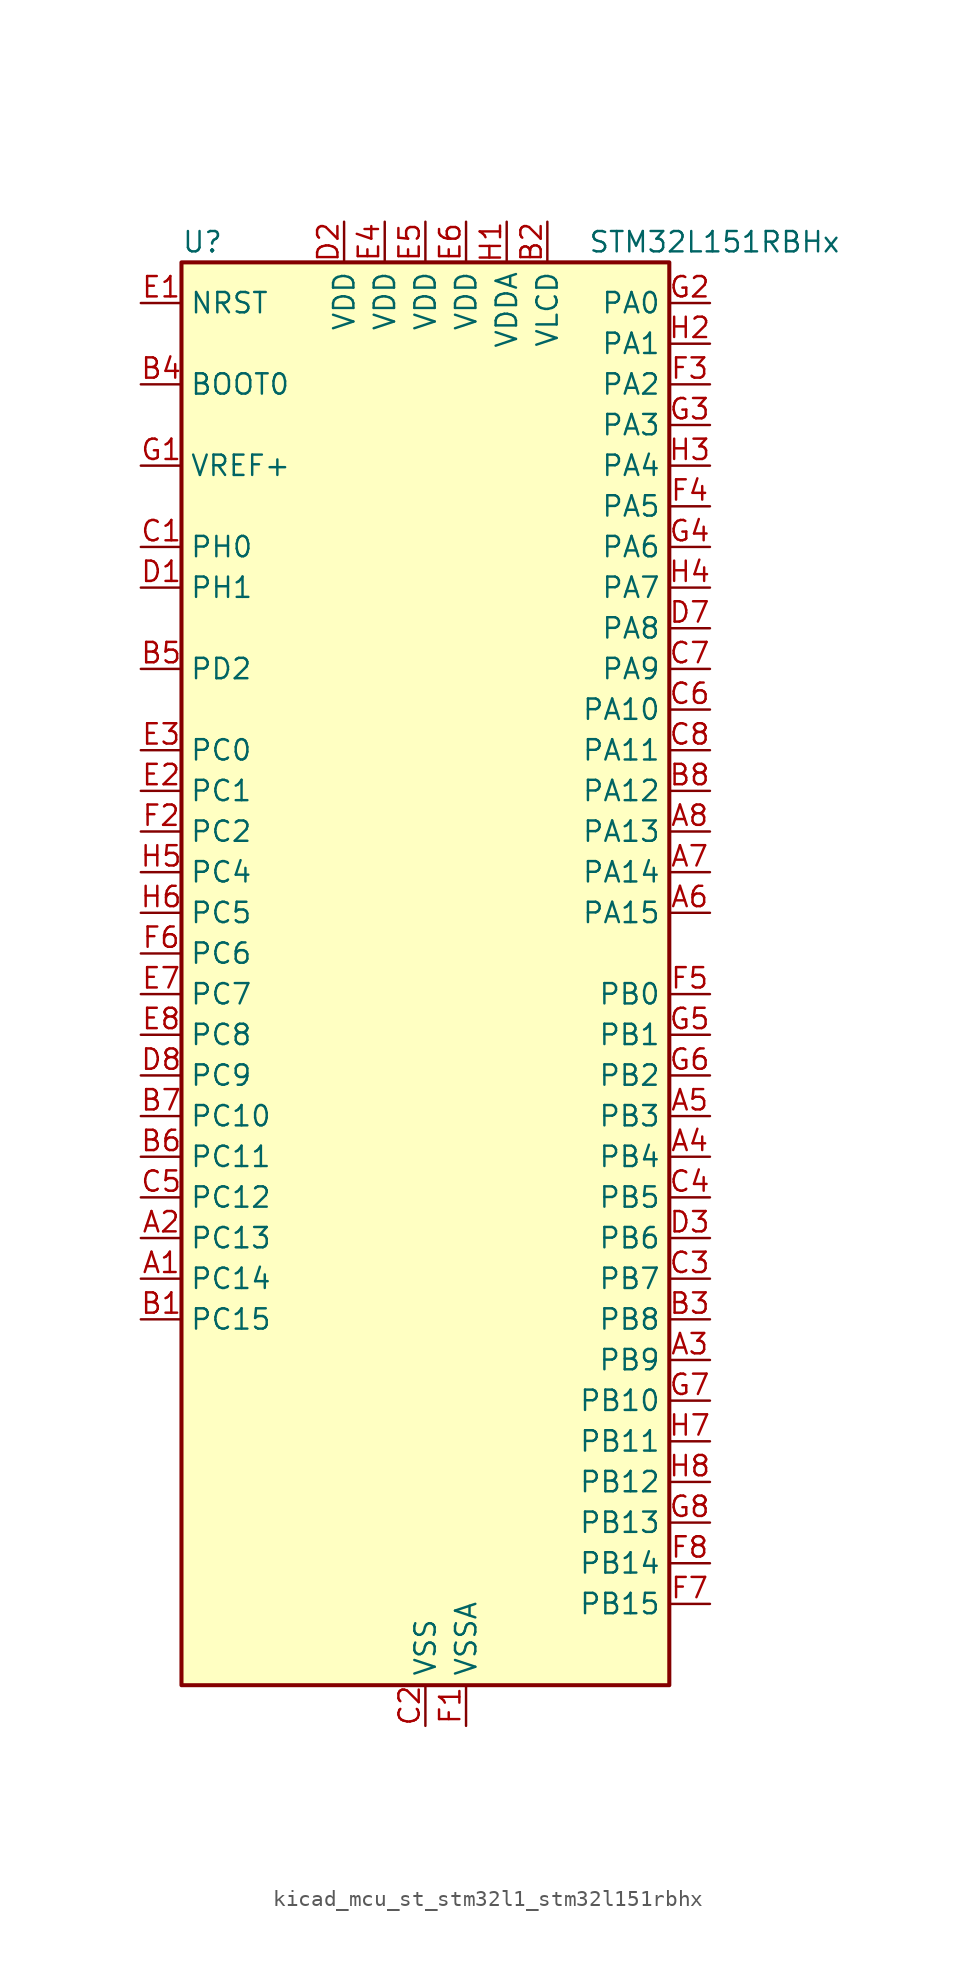
<source format=kicad_sym>
(kicad_symbol_lib
  (version 20220914)
  (generator kicad_symbol_editor)
  (symbol "kicad_mcu_st_stm32l1_stm32l151rbhx"
    (property "Reference" "U"
      (at -15.24 46.99 0)
      (effects (font (size 1.27 1.27)) (justify left)))
    (property "Value" "STM32L151RBHx"
      (at 10.16 46.99 0)
      (effects (font (size 1.27 1.27)) (justify left)))
    (property "ki_locked" ""
      (at 0 0 0)
      (effects (font (size 1.27 1.27))))
    (symbol "kicad_mcu_st_stm32l1_stm32l151rbhx_0_1"
      (rectangle (start -15.24 -43.18) (end 15.24 45.72) (stroke (width 0.254) (type default)) (fill (type background))))
    (symbol "kicad_mcu_st_stm32l1_stm32l151rbhx_1_1"
      (pin bidirectional line (at -17.78 -17.78 0) (length 2.54) (name "PC14" (effects (font (size 1.27 1.27)))) (number "A1" (effects (font (size 1.27 1.27)))) (alternate "RCC_OSC32_IN" bidirectional line) (alternate "TIMX_IC3" bidirectional line))
      (pin bidirectional line (at -17.78 -15.24 0) (length 2.54) (name "PC13" (effects (font (size 1.27 1.27)))) (number "A2" (effects (font (size 1.27 1.27)))) (alternate "RTC_OUT_ALARM" bidirectional line) (alternate "RTC_OUT_CALIB" bidirectional line) (alternate "RTC_TAMP1" bidirectional line) (alternate "RTC_TS" bidirectional line) (alternate "SYS_WKUP2" bidirectional line) (alternate "TIMX_IC2" bidirectional line))
      (pin bidirectional line (at 17.78 -22.86 180) (length 2.54) (name "PB9" (effects (font (size 1.27 1.27)))) (number "A3" (effects (font (size 1.27 1.27)))) (alternate "DAC_EXTI9" bidirectional line) (alternate "I2C1_SDA" bidirectional line) (alternate "TIM11_CH1" bidirectional line) (alternate "TIM4_CH4" bidirectional line))
      (pin bidirectional line (at 17.78 -10.16 180) (length 2.54) (name "PB4" (effects (font (size 1.27 1.27)))) (number "A4" (effects (font (size 1.27 1.27)))) (alternate "COMP2_INP" bidirectional line) (alternate "SPI1_MISO" bidirectional line) (alternate "SYS_JTRST" bidirectional line) (alternate "TIM3_CH1" bidirectional line) (alternate "TS_G6_IO1" bidirectional line))
      (pin bidirectional line (at 17.78 -7.62 180) (length 2.54) (name "PB3" (effects (font (size 1.27 1.27)))) (number "A5" (effects (font (size 1.27 1.27)))) (alternate "COMP2_INM" bidirectional line) (alternate "SPI1_SCK" bidirectional line) (alternate "SYS_JTDO-TRACESWO" bidirectional line) (alternate "TIM2_CH2" bidirectional line))
      (pin bidirectional line (at 17.78 5.08 180) (length 2.54) (name "PA15" (effects (font (size 1.27 1.27)))) (number "A6" (effects (font (size 1.27 1.27)))) (alternate "ADC_EXTI15" bidirectional line) (alternate "SPI1_NSS" bidirectional line) (alternate "SYS_JTDI" bidirectional line) (alternate "TIM2_CH1" bidirectional line) (alternate "TIM2_ETR" bidirectional line) (alternate "TIMX_IC4" bidirectional line) (alternate "TS_G5_IO3" bidirectional line))
      (pin bidirectional line (at 17.78 7.62 180) (length 2.54) (name "PA14" (effects (font (size 1.27 1.27)))) (number "A7" (effects (font (size 1.27 1.27)))) (alternate "SYS_JTCK-SWCLK" bidirectional line) (alternate "TIMX_IC3" bidirectional line) (alternate "TS_G5_IO2" bidirectional line))
      (pin bidirectional line (at 17.78 10.16 180) (length 2.54) (name "PA13" (effects (font (size 1.27 1.27)))) (number "A8" (effects (font (size 1.27 1.27)))) (alternate "SYS_JTMS-SWDIO" bidirectional line) (alternate "TIMX_IC2" bidirectional line) (alternate "TS_G5_IO1" bidirectional line))
      (pin bidirectional line (at -17.78 -20.32 0) (length 2.54) (name "PC15" (effects (font (size 1.27 1.27)))) (number "B1" (effects (font (size 1.27 1.27)))) (alternate "ADC_EXTI15" bidirectional line) (alternate "RCC_OSC32_OUT" bidirectional line) (alternate "TIMX_IC4" bidirectional line))
      (pin power_in line (at 7.62 48.26 270) (length 2.54) (name "VLCD" (effects (font (size 1.27 1.27)))) (number "B2" (effects (font (size 1.27 1.27)))))
      (pin bidirectional line (at 17.78 -20.32 180) (length 2.54) (name "PB8" (effects (font (size 1.27 1.27)))) (number "B3" (effects (font (size 1.27 1.27)))) (alternate "I2C1_SCL" bidirectional line) (alternate "TIM10_CH1" bidirectional line) (alternate "TIM4_CH3" bidirectional line))
      (pin input line (at -17.78 38.1 0) (length 2.54) (name "BOOT0" (effects (font (size 1.27 1.27)))) (number "B4" (effects (font (size 1.27 1.27)))))
      (pin bidirectional line (at -17.78 20.32 0) (length 2.54) (name "PD2" (effects (font (size 1.27 1.27)))) (number "B5" (effects (font (size 1.27 1.27)))) (alternate "TIM3_ETR" bidirectional line) (alternate "TIMX_IC3" bidirectional line))
      (pin bidirectional line (at -17.78 -10.16 0) (length 2.54) (name "PC11" (effects (font (size 1.27 1.27)))) (number "B6" (effects (font (size 1.27 1.27)))) (alternate "ADC_EXTI11" bidirectional line) (alternate "TIMX_IC4" bidirectional line) (alternate "USART3_RX" bidirectional line))
      (pin bidirectional line (at -17.78 -7.62 0) (length 2.54) (name "PC10" (effects (font (size 1.27 1.27)))) (number "B7" (effects (font (size 1.27 1.27)))) (alternate "TIMX_IC3" bidirectional line) (alternate "USART3_TX" bidirectional line))
      (pin bidirectional line (at 17.78 12.7 180) (length 2.54) (name "PA12" (effects (font (size 1.27 1.27)))) (number "B8" (effects (font (size 1.27 1.27)))) (alternate "SPI1_MOSI" bidirectional line) (alternate "TIMX_IC1" bidirectional line) (alternate "USART1_RTS" bidirectional line) (alternate "USB_DP" bidirectional line))
      (pin bidirectional line (at -17.78 27.94 0) (length 2.54) (name "PH0" (effects (font (size 1.27 1.27)))) (number "C1" (effects (font (size 1.27 1.27)))) (alternate "RCC_OSC_IN" bidirectional line))
      (pin power_in line (at 0 -45.72 90) (length 2.54) (name "VSS" (effects (font (size 1.27 1.27)))) (number "C2" (effects (font (size 1.27 1.27)))))
      (pin bidirectional line (at 17.78 -17.78 180) (length 2.54) (name "PB7" (effects (font (size 1.27 1.27)))) (number "C3" (effects (font (size 1.27 1.27)))) (alternate "I2C1_SDA" bidirectional line) (alternate "SYS_PVD_IN" bidirectional line) (alternate "TIM4_CH2" bidirectional line) (alternate "USART1_RX" bidirectional line))
      (pin bidirectional line (at 17.78 -12.7 180) (length 2.54) (name "PB5" (effects (font (size 1.27 1.27)))) (number "C4" (effects (font (size 1.27 1.27)))) (alternate "COMP2_INP" bidirectional line) (alternate "I2C1_SMBA" bidirectional line) (alternate "SPI1_MOSI" bidirectional line) (alternate "TIM3_CH2" bidirectional line) (alternate "TS_G6_IO2" bidirectional line))
      (pin bidirectional line (at -17.78 -12.7 0) (length 2.54) (name "PC12" (effects (font (size 1.27 1.27)))) (number "C5" (effects (font (size 1.27 1.27)))) (alternate "TIMX_IC1" bidirectional line) (alternate "USART3_CK" bidirectional line))
      (pin bidirectional line (at 17.78 17.78 180) (length 2.54) (name "PA10" (effects (font (size 1.27 1.27)))) (number "C6" (effects (font (size 1.27 1.27)))) (alternate "TIMX_IC3" bidirectional line) (alternate "TS_G4_IO3" bidirectional line) (alternate "USART1_RX" bidirectional line))
      (pin bidirectional line (at 17.78 20.32 180) (length 2.54) (name "PA9" (effects (font (size 1.27 1.27)))) (number "C7" (effects (font (size 1.27 1.27)))) (alternate "DAC_EXTI9" bidirectional line) (alternate "TIMX_IC2" bidirectional line) (alternate "TS_G4_IO2" bidirectional line) (alternate "USART1_TX" bidirectional line))
      (pin bidirectional line (at 17.78 15.24 180) (length 2.54) (name "PA11" (effects (font (size 1.27 1.27)))) (number "C8" (effects (font (size 1.27 1.27)))) (alternate "ADC_EXTI11" bidirectional line) (alternate "SPI1_MISO" bidirectional line) (alternate "TIMX_IC4" bidirectional line) (alternate "USART1_CTS" bidirectional line) (alternate "USB_DM" bidirectional line))
      (pin bidirectional line (at -17.78 25.4 0) (length 2.54) (name "PH1" (effects (font (size 1.27 1.27)))) (number "D1" (effects (font (size 1.27 1.27)))) (alternate "RCC_OSC_OUT" bidirectional line))
      (pin power_in line (at -5.08 48.26 270) (length 2.54) (name "VDD" (effects (font (size 1.27 1.27)))) (number "D2" (effects (font (size 1.27 1.27)))))
      (pin bidirectional line (at 17.78 -15.24 180) (length 2.54) (name "PB6" (effects (font (size 1.27 1.27)))) (number "D3" (effects (font (size 1.27 1.27)))) (alternate "I2C1_SCL" bidirectional line) (alternate "TIM4_CH1" bidirectional line) (alternate "USART1_TX" bidirectional line))
      (pin passive line (at 0 -45.72 90) (length 2.54) hide (name "VSS" (effects (font (size 1.27 1.27)))) (number "D4" (effects (font (size 1.27 1.27)))))
      (pin passive line (at 0 -45.72 90) (length 2.54) hide (name "VSS" (effects (font (size 1.27 1.27)))) (number "D5" (effects (font (size 1.27 1.27)))))
      (pin passive line (at 0 -45.72 90) (length 2.54) hide (name "VSS" (effects (font (size 1.27 1.27)))) (number "D6" (effects (font (size 1.27 1.27)))))
      (pin bidirectional line (at 17.78 22.86 180) (length 2.54) (name "PA8" (effects (font (size 1.27 1.27)))) (number "D7" (effects (font (size 1.27 1.27)))) (alternate "RCC_MCO" bidirectional line) (alternate "TIMX_IC1" bidirectional line) (alternate "TS_G4_IO1" bidirectional line) (alternate "USART1_CK" bidirectional line))
      (pin bidirectional line (at -17.78 -5.08 0) (length 2.54) (name "PC9" (effects (font (size 1.27 1.27)))) (number "D8" (effects (font (size 1.27 1.27)))) (alternate "DAC_EXTI9" bidirectional line) (alternate "TIM3_CH4" bidirectional line) (alternate "TIMX_IC2" bidirectional line) (alternate "TS_G10_IO4" bidirectional line))
      (pin input line (at -17.78 43.18 0) (length 2.54) (name "NRST" (effects (font (size 1.27 1.27)))) (number "E1" (effects (font (size 1.27 1.27)))))
      (pin bidirectional line (at -17.78 12.7 0) (length 2.54) (name "PC1" (effects (font (size 1.27 1.27)))) (number "E2" (effects (font (size 1.27 1.27)))) (alternate "ADC_IN11" bidirectional line) (alternate "COMP1_INP" bidirectional line) (alternate "TIMX_IC2" bidirectional line) (alternate "TS_G8_IO2" bidirectional line))
      (pin bidirectional line (at -17.78 15.24 0) (length 2.54) (name "PC0" (effects (font (size 1.27 1.27)))) (number "E3" (effects (font (size 1.27 1.27)))) (alternate "ADC_IN10" bidirectional line) (alternate "COMP1_INP" bidirectional line) (alternate "TIMX_IC1" bidirectional line) (alternate "TS_G8_IO1" bidirectional line))
      (pin power_in line (at -2.54 48.26 270) (length 2.54) (name "VDD" (effects (font (size 1.27 1.27)))) (number "E4" (effects (font (size 1.27 1.27)))))
      (pin power_in line (at 0 48.26 270) (length 2.54) (name "VDD" (effects (font (size 1.27 1.27)))) (number "E5" (effects (font (size 1.27 1.27)))))
      (pin power_in line (at 2.54 48.26 270) (length 2.54) (name "VDD" (effects (font (size 1.27 1.27)))) (number "E6" (effects (font (size 1.27 1.27)))))
      (pin bidirectional line (at -17.78 0 0) (length 2.54) (name "PC7" (effects (font (size 1.27 1.27)))) (number "E7" (effects (font (size 1.27 1.27)))) (alternate "TIM3_CH2" bidirectional line) (alternate "TIMX_IC4" bidirectional line) (alternate "TS_G10_IO2" bidirectional line))
      (pin bidirectional line (at -17.78 -2.54 0) (length 2.54) (name "PC8" (effects (font (size 1.27 1.27)))) (number "E8" (effects (font (size 1.27 1.27)))) (alternate "TIM3_CH3" bidirectional line) (alternate "TIMX_IC1" bidirectional line) (alternate "TS_G10_IO3" bidirectional line))
      (pin power_in line (at 2.54 -45.72 90) (length 2.54) (name "VSSA" (effects (font (size 1.27 1.27)))) (number "F1" (effects (font (size 1.27 1.27)))))
      (pin bidirectional line (at -17.78 10.16 0) (length 2.54) (name "PC2" (effects (font (size 1.27 1.27)))) (number "F2" (effects (font (size 1.27 1.27)))) (alternate "ADC_IN12" bidirectional line) (alternate "COMP1_INP" bidirectional line) (alternate "TIMX_IC3" bidirectional line) (alternate "TS_G8_IO3" bidirectional line))
      (pin bidirectional line (at 17.78 38.1 180) (length 2.54) (name "PA2" (effects (font (size 1.27 1.27)))) (number "F3" (effects (font (size 1.27 1.27)))) (alternate "ADC_IN2" bidirectional line) (alternate "COMP1_INP" bidirectional line) (alternate "TIM2_CH3" bidirectional line) (alternate "TIM9_CH1" bidirectional line) (alternate "TIMX_IC3" bidirectional line) (alternate "TS_G1_IO3" bidirectional line) (alternate "USART2_TX" bidirectional line))
      (pin bidirectional line (at 17.78 30.48 180) (length 2.54) (name "PA5" (effects (font (size 1.27 1.27)))) (number "F4" (effects (font (size 1.27 1.27)))) (alternate "ADC_IN5" bidirectional line) (alternate "COMP1_INP" bidirectional line) (alternate "DAC_OUT2" bidirectional line) (alternate "SPI1_SCK" bidirectional line) (alternate "TIM2_CH1" bidirectional line) (alternate "TIM2_ETR" bidirectional line) (alternate "TIMX_IC2" bidirectional line))
      (pin bidirectional line (at 17.78 0 180) (length 2.54) (name "PB0" (effects (font (size 1.27 1.27)))) (number "F5" (effects (font (size 1.27 1.27)))) (alternate "ADC_IN8" bidirectional line) (alternate "COMP1_INP" bidirectional line) (alternate "SYS_V_REF_OUT" bidirectional line) (alternate "TIM3_CH3" bidirectional line) (alternate "TS_G3_IO1" bidirectional line))
      (pin bidirectional line (at -17.78 2.54 0) (length 2.54) (name "PC6" (effects (font (size 1.27 1.27)))) (number "F6" (effects (font (size 1.27 1.27)))) (alternate "TIM3_CH1" bidirectional line) (alternate "TIMX_IC3" bidirectional line) (alternate "TS_G10_IO1" bidirectional line))
      (pin bidirectional line (at 17.78 -38.1 180) (length 2.54) (name "PB15" (effects (font (size 1.27 1.27)))) (number "F7" (effects (font (size 1.27 1.27)))) (alternate "ADC_EXTI15" bidirectional line) (alternate "ADC_IN21" bidirectional line) (alternate "COMP1_INP" bidirectional line) (alternate "RTC_REFIN" bidirectional line) (alternate "SPI2_MOSI" bidirectional line) (alternate "TIM11_CH1" bidirectional line) (alternate "TS_G7_IO4" bidirectional line))
      (pin bidirectional line (at 17.78 -35.56 180) (length 2.54) (name "PB14" (effects (font (size 1.27 1.27)))) (number "F8" (effects (font (size 1.27 1.27)))) (alternate "ADC_IN20" bidirectional line) (alternate "COMP1_INP" bidirectional line) (alternate "SPI2_MISO" bidirectional line) (alternate "TIM9_CH2" bidirectional line) (alternate "TS_G7_IO3" bidirectional line) (alternate "USART3_RTS" bidirectional line))
      (pin input line (at -17.78 33.02 0) (length 2.54) (name "VREF+" (effects (font (size 1.27 1.27)))) (number "G1" (effects (font (size 1.27 1.27)))))
      (pin bidirectional line (at 17.78 43.18 180) (length 2.54) (name "PA0" (effects (font (size 1.27 1.27)))) (number "G2" (effects (font (size 1.27 1.27)))) (alternate "ADC_IN0" bidirectional line) (alternate "COMP1_INP" bidirectional line) (alternate "SYS_WKUP1" bidirectional line) (alternate "TIM2_CH1" bidirectional line) (alternate "TIM2_ETR" bidirectional line) (alternate "TIMX_IC1" bidirectional line) (alternate "TS_G1_IO1" bidirectional line) (alternate "USART2_CTS" bidirectional line))
      (pin bidirectional line (at 17.78 35.56 180) (length 2.54) (name "PA3" (effects (font (size 1.27 1.27)))) (number "G3" (effects (font (size 1.27 1.27)))) (alternate "ADC_IN3" bidirectional line) (alternate "COMP1_INP" bidirectional line) (alternate "TIM2_CH4" bidirectional line) (alternate "TIM9_CH2" bidirectional line) (alternate "TIMX_IC4" bidirectional line) (alternate "TS_G1_IO4" bidirectional line) (alternate "USART2_RX" bidirectional line))
      (pin bidirectional line (at 17.78 27.94 180) (length 2.54) (name "PA6" (effects (font (size 1.27 1.27)))) (number "G4" (effects (font (size 1.27 1.27)))) (alternate "ADC_IN6" bidirectional line) (alternate "COMP1_INP" bidirectional line) (alternate "SPI1_MISO" bidirectional line) (alternate "TIM10_CH1" bidirectional line) (alternate "TIM3_CH1" bidirectional line) (alternate "TIMX_IC3" bidirectional line) (alternate "TS_G2_IO1" bidirectional line))
      (pin bidirectional line (at 17.78 -2.54 180) (length 2.54) (name "PB1" (effects (font (size 1.27 1.27)))) (number "G5" (effects (font (size 1.27 1.27)))) (alternate "ADC_IN9" bidirectional line) (alternate "COMP1_INP" bidirectional line) (alternate "SYS_V_REF_OUT" bidirectional line) (alternate "TIM3_CH4" bidirectional line) (alternate "TS_G3_IO2" bidirectional line))
      (pin bidirectional line (at 17.78 -5.08 180) (length 2.54) (name "PB2" (effects (font (size 1.27 1.27)))) (number "G6" (effects (font (size 1.27 1.27)))))
      (pin bidirectional line (at 17.78 -25.4 180) (length 2.54) (name "PB10" (effects (font (size 1.27 1.27)))) (number "G7" (effects (font (size 1.27 1.27)))) (alternate "I2C2_SCL" bidirectional line) (alternate "TIM2_CH3" bidirectional line) (alternate "USART3_TX" bidirectional line))
      (pin bidirectional line (at 17.78 -33.02 180) (length 2.54) (name "PB13" (effects (font (size 1.27 1.27)))) (number "G8" (effects (font (size 1.27 1.27)))) (alternate "ADC_IN19" bidirectional line) (alternate "COMP1_INP" bidirectional line) (alternate "SPI2_SCK" bidirectional line) (alternate "TIM9_CH1" bidirectional line) (alternate "TS_G7_IO2" bidirectional line) (alternate "USART3_CTS" bidirectional line))
      (pin power_in line (at 5.08 48.26 270) (length 2.54) (name "VDDA" (effects (font (size 1.27 1.27)))) (number "H1" (effects (font (size 1.27 1.27)))))
      (pin bidirectional line (at 17.78 40.64 180) (length 2.54) (name "PA1" (effects (font (size 1.27 1.27)))) (number "H2" (effects (font (size 1.27 1.27)))) (alternate "ADC_IN1" bidirectional line) (alternate "COMP1_INP" bidirectional line) (alternate "TIM2_CH2" bidirectional line) (alternate "TIMX_IC2" bidirectional line) (alternate "TS_G1_IO2" bidirectional line) (alternate "USART2_RTS" bidirectional line))
      (pin bidirectional line (at 17.78 33.02 180) (length 2.54) (name "PA4" (effects (font (size 1.27 1.27)))) (number "H3" (effects (font (size 1.27 1.27)))) (alternate "ADC_IN4" bidirectional line) (alternate "COMP1_INP" bidirectional line) (alternate "DAC_OUT1" bidirectional line) (alternate "SPI1_NSS" bidirectional line) (alternate "TIMX_IC1" bidirectional line) (alternate "USART2_CK" bidirectional line))
      (pin bidirectional line (at 17.78 25.4 180) (length 2.54) (name "PA7" (effects (font (size 1.27 1.27)))) (number "H4" (effects (font (size 1.27 1.27)))) (alternate "ADC_IN7" bidirectional line) (alternate "COMP1_INP" bidirectional line) (alternate "SPI1_MOSI" bidirectional line) (alternate "TIM11_CH1" bidirectional line) (alternate "TIM3_CH2" bidirectional line) (alternate "TIMX_IC4" bidirectional line) (alternate "TS_G2_IO2" bidirectional line))
      (pin bidirectional line (at -17.78 7.62 0) (length 2.54) (name "PC4" (effects (font (size 1.27 1.27)))) (number "H5" (effects (font (size 1.27 1.27)))) (alternate "ADC_IN14" bidirectional line) (alternate "COMP1_INP" bidirectional line) (alternate "TIMX_IC1" bidirectional line) (alternate "TS_G9_IO1" bidirectional line))
      (pin bidirectional line (at -17.78 5.08 0) (length 2.54) (name "PC5" (effects (font (size 1.27 1.27)))) (number "H6" (effects (font (size 1.27 1.27)))) (alternate "ADC_IN15" bidirectional line) (alternate "COMP1_INP" bidirectional line) (alternate "TIMX_IC2" bidirectional line) (alternate "TS_G9_IO2" bidirectional line))
      (pin bidirectional line (at 17.78 -27.94 180) (length 2.54) (name "PB11" (effects (font (size 1.27 1.27)))) (number "H7" (effects (font (size 1.27 1.27)))) (alternate "ADC_EXTI11" bidirectional line) (alternate "I2C2_SDA" bidirectional line) (alternate "TIM2_CH4" bidirectional line) (alternate "USART3_RX" bidirectional line))
      (pin bidirectional line (at 17.78 -30.48 180) (length 2.54) (name "PB12" (effects (font (size 1.27 1.27)))) (number "H8" (effects (font (size 1.27 1.27)))) (alternate "ADC_IN18" bidirectional line) (alternate "COMP1_INP" bidirectional line) (alternate "I2C2_SMBA" bidirectional line) (alternate "SPI2_NSS" bidirectional line) (alternate "TIM10_CH1" bidirectional line) (alternate "TS_G7_IO1" bidirectional line) (alternate "USART3_CK" bidirectional line)))))
</source>
